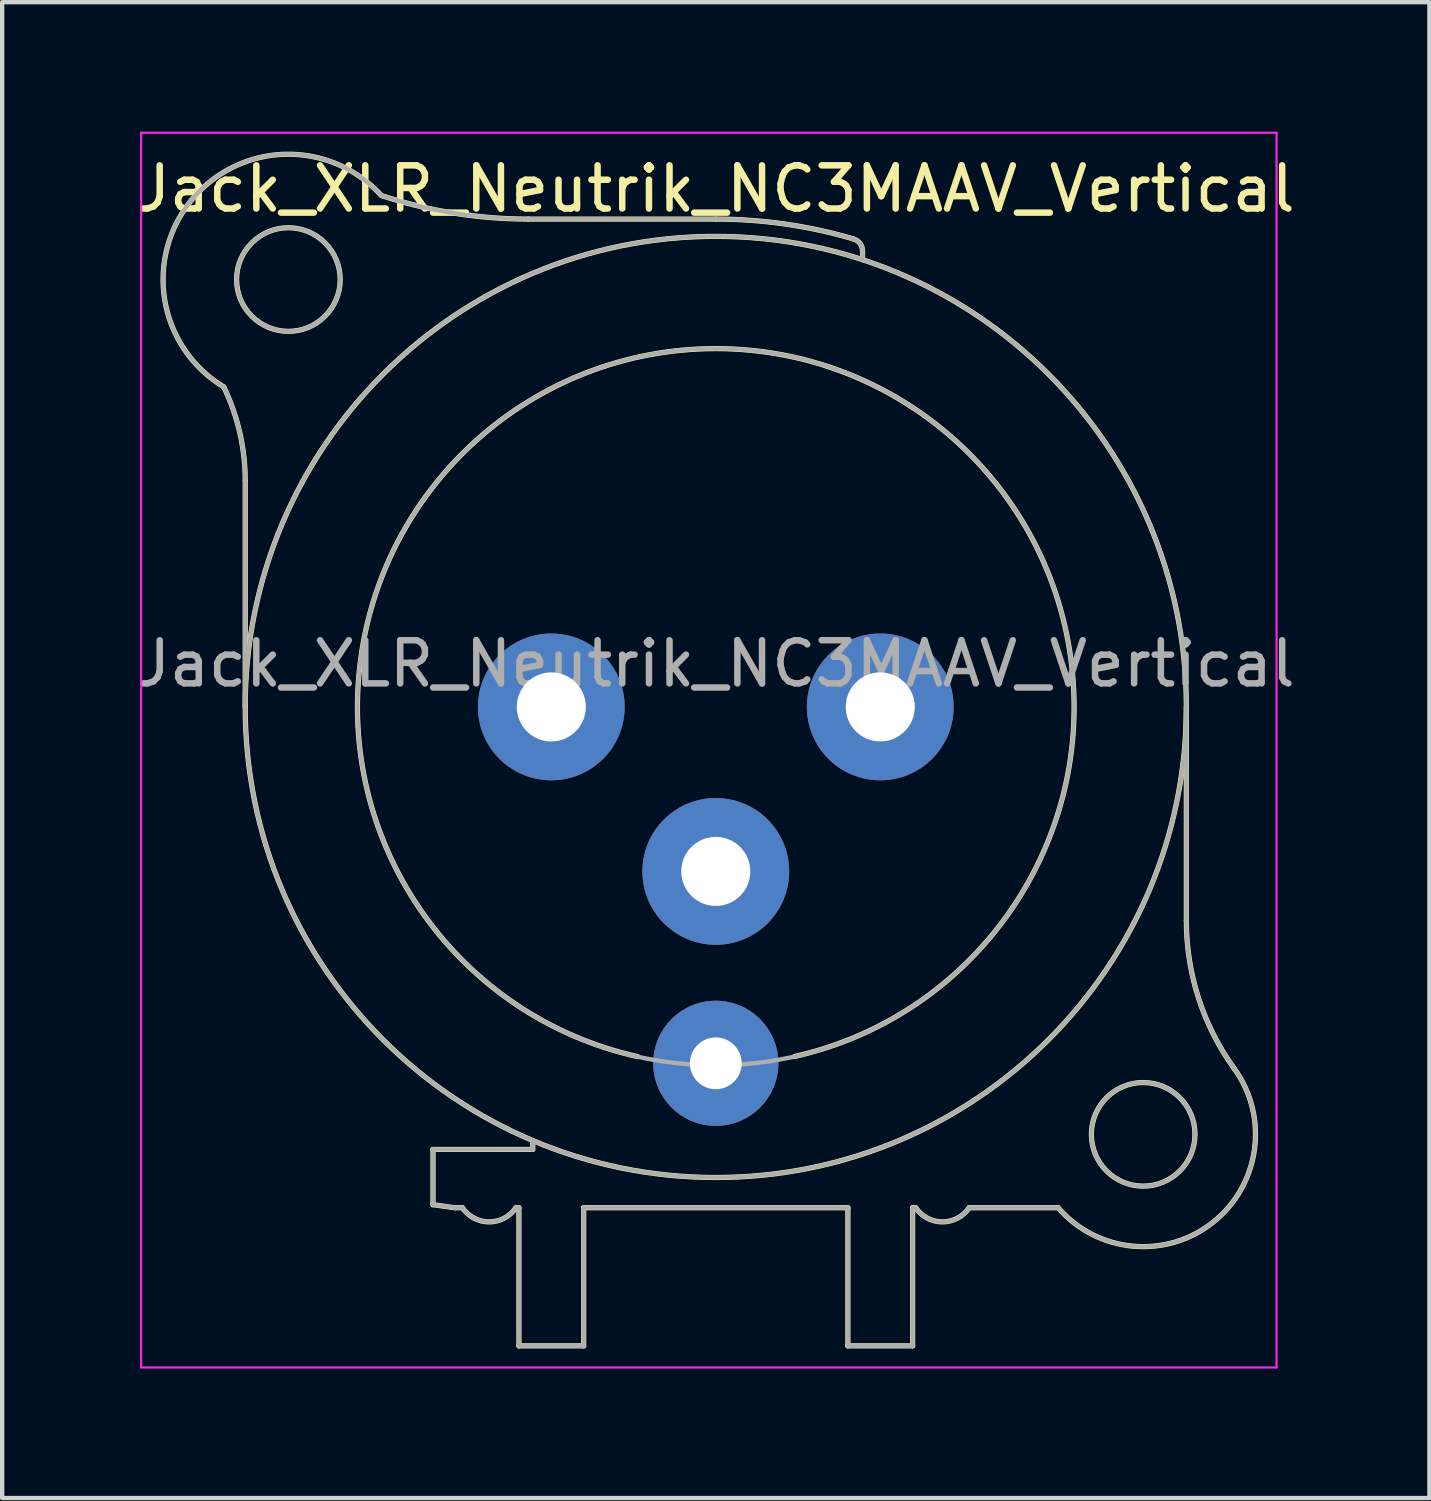
<source format=kicad_pcb>
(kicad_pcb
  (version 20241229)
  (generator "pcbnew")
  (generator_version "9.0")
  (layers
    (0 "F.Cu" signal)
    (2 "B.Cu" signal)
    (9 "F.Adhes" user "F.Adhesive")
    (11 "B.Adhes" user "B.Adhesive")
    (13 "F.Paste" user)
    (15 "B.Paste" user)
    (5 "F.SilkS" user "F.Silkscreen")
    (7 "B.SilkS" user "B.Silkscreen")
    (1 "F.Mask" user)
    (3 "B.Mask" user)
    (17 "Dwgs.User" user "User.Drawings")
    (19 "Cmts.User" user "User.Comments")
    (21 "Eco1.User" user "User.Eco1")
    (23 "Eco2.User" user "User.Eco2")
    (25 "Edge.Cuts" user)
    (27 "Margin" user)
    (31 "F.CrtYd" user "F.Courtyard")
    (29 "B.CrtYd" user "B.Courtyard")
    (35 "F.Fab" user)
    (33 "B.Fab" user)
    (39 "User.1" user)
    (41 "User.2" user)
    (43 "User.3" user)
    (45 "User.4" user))
  (footprint "Jack_XLR_Neutrik_NC3MAAV_Vertical"
    (layer "F.Cu")
    (at 9.72 13.325)
    (property "Reference" "Jack_XLR_Neutrik_NC3MAAV_Vertical" (at 3.81 -12 0) (layer "F.SilkS") (effects (font (size 1 1) (thickness 0.15))))
    (attr through_hole)
    (fp_line (start -7.09 -5.24) (end -7.09 0) (stroke (width 0.12) (type solid)) (layer "F.SilkS"))
    (fp_line (start -2.74 11.53) (end -2.74 10.25) (stroke (width 0.12) (type solid)) (layer "F.SilkS"))
    (fp_line (start -2.74 11.53) (end -2.24 11.6) (stroke (width 0.12) (type solid)) (layer "F.SilkS"))
    (fp_line (start -2.24 11.6) (end -2.06 11.6) (stroke (width 0.12) (type solid)) (layer "F.SilkS"))
    (fp_line (start -0.75 11.6) (end -0.82 11.6) (stroke (width 0.12) (type solid)) (layer "F.SilkS"))
    (fp_line (start -0.75 11.6) (end -0.75 14.8) (stroke (width 0.12) (type solid)) (layer "F.SilkS"))
    (fp_line (start -0.43 10.25) (end -2.74 10.25) (stroke (width 0.12) (type solid)) (layer "F.SilkS"))
    (fp_line (start -0.43 10.25) (end -0.43 10.05) (stroke (width 0.12) (type solid)) (layer "F.SilkS"))
    (fp_line (start 0.75 11.6) (end 0.75 14.8) (stroke (width 0.12) (type solid)) (layer "F.SilkS"))
    (fp_line (start 0.75 11.6) (end 6.87 11.6) (stroke (width 0.12) (type solid)) (layer "F.SilkS"))
    (fp_line (start 0.75 14.8) (end -0.75 14.8) (stroke (width 0.12) (type solid)) (layer "F.SilkS"))
    (fp_line (start 3.81 -11.3) (end -0.53 -11.3) (stroke (width 0.12) (type solid)) (layer "F.SilkS"))
    (fp_line (start 6.87 11.6) (end 6.87 14.8) (stroke (width 0.12) (type solid)) (layer "F.SilkS"))
    (fp_line (start 7.21 -10.36) (end 7.21 -10.55) (stroke (width 0.12) (type solid)) (layer "F.SilkS"))
    (fp_line (start 8.37 11.6) (end 8.37 14.8) (stroke (width 0.12) (type solid)) (layer "F.SilkS"))
    (fp_line (start 8.37 11.6) (end 8.44 11.6) (stroke (width 0.12) (type solid)) (layer "F.SilkS"))
    (fp_line (start 8.37 14.8) (end 6.87 14.8) (stroke (width 0.12) (type solid)) (layer "F.SilkS"))
    (fp_line (start 9.68 11.6) (end 11.74 11.6) (stroke (width 0.12) (type solid)) (layer "F.SilkS"))
    (fp_line (start 14.71 4.95) (end 14.71 0) (stroke (width 0.12) (type solid)) (layer "F.SilkS"))
    (fp_arc (start -7.588965 -7.414421) (mid -8.331551 -11.74403) (end -3.94 -11.85) (stroke (width 0.12) (type solid)) (layer "F.SilkS"))
    (fp_arc (start -7.584615 -7.408295) (mid -7.215222 -6.351997) (end -7.09 -5.24) (stroke (width 0.12) (type solid)) (layer "F.SilkS"))
    (fp_arc (start -0.820521 11.600769) (mid -1.440464 11.928866) (end -2.06 11.6) (stroke (width 0.12) (type solid)) (layer "F.SilkS"))
    (fp_arc (start -0.53 -11.3) (mid -2.253923 -11.43719) (end -3.934451 -11.845305) (stroke (width 0.12) (type solid)) (layer "F.SilkS"))
    (fp_arc (start 2 8.1) (mid 3.802206 -8.299761) (end 5.635209 8.096586) (stroke (width 0.12) (type solid)) (layer "F.SilkS"))
    (fp_arc (start 3.81 -11.3) (mid 5.421707 -11.184471) (end 7.000458 -10.840248) (stroke (width 0.12) (type solid)) (layer "F.SilkS"))
    (fp_arc (start 7.004232 -10.837678) (mid 7.156013 -10.728814) (end 7.21 -10.55) (stroke (width 0.12) (type solid)) (layer "F.SilkS"))
    (fp_arc (start 9.679479 11.600769) (mid 9.059536 11.928866) (end 8.44 11.6) (stroke (width 0.12) (type solid)) (layer "F.SilkS"))
    (fp_arc (start 15.815277 8.372002) (mid 14.993173 6.748036) (end 14.71 4.95) (stroke (width 0.12) (type solid)) (layer "F.SilkS"))
    (fp_arc (start 15.815343 8.370807) (mid 15.326014 11.93946) (end 11.74 11.6) (stroke (width 0.12) (type solid)) (layer "F.SilkS"))
    (fp_circle (center -6.09 -9.9) (end -4.89 -9.9) (stroke (width 0.12) (type solid)) (fill no) (layer "F.SilkS"))
    (fp_circle (center 3.81 0) (end 14.71 0) (stroke (width 0.12) (type solid)) (fill no) (layer "F.SilkS"))
    (fp_circle (center 13.71 9.9) (end 14.91 9.9) (stroke (width 0.12) (type solid)) (fill no) (layer "F.SilkS"))
    (fp_line (start -9.5 -13.3) (end 16.8 -13.3) (stroke (width 0.05) (type solid)) (layer "F.CrtYd"))
    (fp_line (start -9.5 15.3) (end -9.5 -13.3) (stroke (width 0.05) (type solid)) (layer "F.CrtYd"))
    (fp_line (start 16.8 -13.3) (end 16.8 15.3) (stroke (width 0.05) (type solid)) (layer "F.CrtYd"))
    (fp_line (start 16.8 15.3) (end -9.5 15.3) (stroke (width 0.05) (type solid)) (layer "F.CrtYd"))
    (fp_line (start -7.09 -5.24) (end -7.09 0) (stroke (width 0.1) (type solid)) (layer "F.Fab"))
    (fp_line (start -2.74 11.53) (end -2.74 10.25) (stroke (width 0.1) (type solid)) (layer "F.Fab"))
    (fp_line (start -2.74 11.53) (end -2.24 11.6) (stroke (width 0.1) (type solid)) (layer "F.Fab"))
    (fp_line (start -2.24 11.6) (end -2.06 11.6) (stroke (width 0.1) (type solid)) (layer "F.Fab"))
    (fp_line (start -0.75 11.6) (end -0.82 11.6) (stroke (width 0.1) (type solid)) (layer "F.Fab"))
    (fp_line (start -0.75 11.6) (end -0.75 14.8) (stroke (width 0.1) (type solid)) (layer "F.Fab"))
    (fp_line (start -0.43 10.25) (end -2.74 10.25) (stroke (width 0.1) (type solid)) (layer "F.Fab"))
    (fp_line (start -0.43 10.25) (end -0.43 10.05) (stroke (width 0.1) (type solid)) (layer "F.Fab"))
    (fp_line (start 0.75 11.6) (end 0.75 14.8) (stroke (width 0.1) (type solid)) (layer "F.Fab"))
    (fp_line (start 0.75 11.6) (end 6.87 11.6) (stroke (width 0.1) (type solid)) (layer "F.Fab"))
    (fp_line (start 0.75 14.8) (end -0.75 14.8) (stroke (width 0.1) (type solid)) (layer "F.Fab"))
    (fp_line (start 3.81 -11.3) (end -0.53 -11.3) (stroke (width 0.1) (type solid)) (layer "F.Fab"))
    (fp_line (start 6.87 11.6) (end 6.87 14.8) (stroke (width 0.1) (type solid)) (layer "F.Fab"))
    (fp_line (start 7.21 -10.36) (end 7.21 -10.55) (stroke (width 0.1) (type solid)) (layer "F.Fab"))
    (fp_line (start 8.37 11.6) (end 8.37 14.8) (stroke (width 0.1) (type solid)) (layer "F.Fab"))
    (fp_line (start 8.37 11.6) (end 8.44 11.6) (stroke (width 0.1) (type solid)) (layer "F.Fab"))
    (fp_line (start 8.37 14.8) (end 6.87 14.8) (stroke (width 0.1) (type solid)) (layer "F.Fab"))
    (fp_line (start 9.68 11.6) (end 11.74 11.6) (stroke (width 0.1) (type solid)) (layer "F.Fab"))
    (fp_line (start 14.71 4.95) (end 14.71 0) (stroke (width 0.1) (type solid)) (layer "F.Fab"))
    (fp_arc (start -7.588965 -7.414421) (mid -8.331551 -11.74403) (end -3.94 -11.85) (stroke (width 0.1) (type solid)) (layer "F.Fab"))
    (fp_arc (start -7.584615 -7.408295) (mid -7.215222 -6.351997) (end -7.09 -5.24) (stroke (width 0.1) (type solid)) (layer "F.Fab"))
    (fp_arc (start -0.820521 11.600769) (mid -1.440464 11.928866) (end -2.06 11.6) (stroke (width 0.1) (type solid)) (layer "F.Fab"))
    (fp_arc (start -0.53 -11.3) (mid -2.253923 -11.43719) (end -3.934451 -11.845305) (stroke (width 0.1) (type solid)) (layer "F.Fab"))
    (fp_arc (start 3.81 -11.3) (mid 5.421707 -11.184471) (end 7.000458 -10.840248) (stroke (width 0.1) (type solid)) (layer "F.Fab"))
    (fp_arc (start 7.004232 -10.837678) (mid 7.156013 -10.728814) (end 7.21 -10.55) (stroke (width 0.1) (type solid)) (layer "F.Fab"))
    (fp_arc (start 9.679479 11.600769) (mid 9.059536 11.928866) (end 8.44 11.6) (stroke (width 0.1) (type solid)) (layer "F.Fab"))
    (fp_arc (start 15.815277 8.372002) (mid 14.993173 6.748036) (end 14.71 4.95) (stroke (width 0.1) (type solid)) (layer "F.Fab"))
    (fp_arc (start 15.815343 8.370807) (mid 15.326014 11.93946) (end 11.74 11.6) (stroke (width 0.1) (type solid)) (layer "F.Fab"))
    (fp_circle (center -6.09 -9.9) (end -4.89 -9.9) (stroke (width 0.1) (type solid)) (fill no) (layer "F.Fab"))
    (fp_circle (center 3.81 0) (end 12.11 0) (stroke (width 0.1) (type solid)) (fill no) (layer "F.Fab"))
    (fp_circle (center 3.81 0) (end 14.71 0) (stroke (width 0.1) (type solid)) (fill no) (layer "F.Fab"))
    (fp_circle (center 13.71 9.9) (end 14.91 9.9) (stroke (width 0.1) (type solid)) (fill no) (layer "F.Fab"))
    (fp_text user "${REFERENCE}" (at 3.81 -1 0) (layer "F.Fab") (effects (font (size 1 1) (thickness 0.15))))
    (pad "1" thru_hole circle (at 0 0) (size 3.4 3.4) (drill 1.6) (layers "*.Cu" "*.Mask"))
    (pad "2" thru_hole circle (at 7.62 0) (size 3.4 3.4) (drill 1.6) (layers "*.Cu" "*.Mask"))
    (pad "3" thru_hole circle (at 3.81 3.81) (size 3.4 3.4) (drill 1.6) (layers "*.Cu" "*.Mask"))
    (pad "G" thru_hole circle (at 3.81 8.255) (size 2.9 2.9) (drill 1.2) (layers "*.Cu" "*.Mask")))
  (gr_rect
    (start -3 -3)
    (end 30.06 31.65)
    (stroke (width 0.1) (type default))
    (fill no)
    (layer "Edge.Cuts")))
</source>
